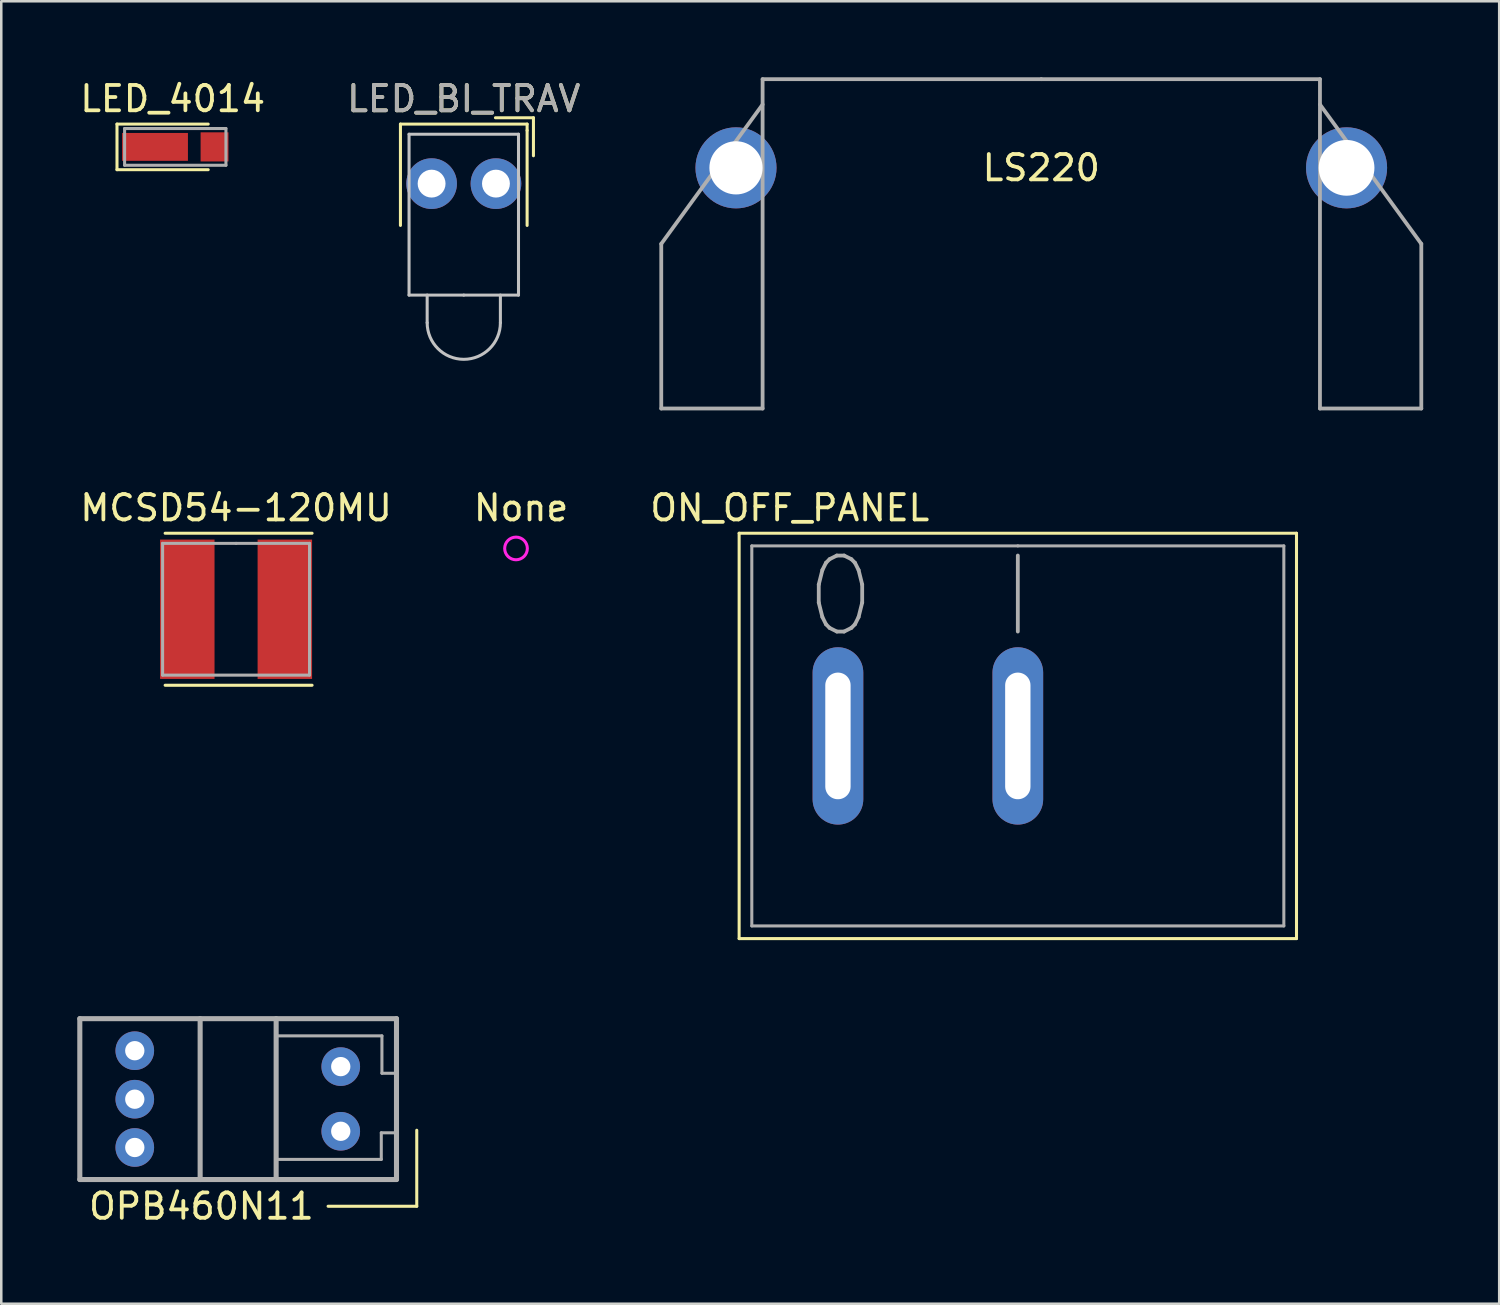
<source format=kicad_pcb>
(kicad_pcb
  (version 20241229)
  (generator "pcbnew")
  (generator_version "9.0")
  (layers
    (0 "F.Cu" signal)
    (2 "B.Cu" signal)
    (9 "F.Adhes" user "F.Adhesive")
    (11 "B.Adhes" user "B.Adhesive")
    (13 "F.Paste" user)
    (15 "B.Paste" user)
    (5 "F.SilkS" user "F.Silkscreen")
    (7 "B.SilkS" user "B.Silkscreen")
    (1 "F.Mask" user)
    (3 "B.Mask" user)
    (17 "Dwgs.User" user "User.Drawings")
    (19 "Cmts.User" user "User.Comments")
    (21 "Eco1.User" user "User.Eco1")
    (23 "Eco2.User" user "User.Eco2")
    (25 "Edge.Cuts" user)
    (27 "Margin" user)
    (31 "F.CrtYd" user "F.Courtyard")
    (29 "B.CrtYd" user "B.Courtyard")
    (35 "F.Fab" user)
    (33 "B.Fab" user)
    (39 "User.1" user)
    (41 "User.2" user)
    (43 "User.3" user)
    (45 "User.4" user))
  (footprint "LED_4014"
    (layer "F.Cu")
    (at 3.868 2.748)
    (property "Reference" "LED_4014" (at -0.1 -1.9 0) (layer "F.SilkS") (effects (font (size 1 1) (thickness 0.15))))
    (attr through_hole)
    (fp_line (start -2.3 -0.9) (end -2.3 0.9) (stroke (width 0.12) (type solid)) (layer "F.SilkS"))
    (fp_line (start -2.3 -0.9) (end 1.3 -0.9) (stroke (width 0.12) (type solid)) (layer "F.SilkS"))
    (fp_line (start -2.3 0.9) (end 1.3 0.9) (stroke (width 0.12) (type solid)) (layer "F.SilkS"))
    (fp_line (start -2 -0.725) (end -2 0.725) (stroke (width 0.12) (type solid)) (layer "F.Fab"))
    (fp_line (start -2 0.725) (end 2 0.725) (stroke (width 0.12) (type solid)) (layer "F.Fab"))
    (fp_line (start 2 -0.725) (end -2 -0.725) (stroke (width 0.12) (type solid)) (layer "F.Fab"))
    (fp_line (start 2 0.725) (end 2 -0.725) (stroke (width 0.12) (type solid)) (layer "F.Fab"))
    (pad "1" smd rect (at -0.8 0) (size 2.6 1.1) (layers "F.Cu" "F.Mask" "F.Paste"))
    (pad "2" smd rect (at 1.55 0) (size 1.1 1.15) (layers "F.Cu" "F.Mask" "F.Paste")))
  (footprint "ON_OFF_PANEL"
    (layer "F.Cu")
    (at 37.125 25.998)
    (property "Reference" "ON_OFF_PANEL" (at -9 -9 0) (layer "F.SilkS") (effects (font (size 1 1) (thickness 0.15))))
    (attr through_hole)
    (fp_line (start -11 -8) (end -11 8) (stroke (width 0.12) (type solid)) (layer "F.SilkS"))
    (fp_line (start -11 8) (end 11 8) (stroke (width 0.12) (type solid)) (layer "F.SilkS"))
    (fp_line (start 11 -8) (end -11 -8) (stroke (width 0.12) (type solid)) (layer "F.SilkS"))
    (fp_line (start 11 8) (end 11 -8) (stroke (width 0.12) (type solid)) (layer "F.SilkS"))
    (fp_line (start -10.5 -7.5) (end -10.5 7.5) (stroke (width 0.12) (type solid)) (layer "F.Fab"))
    (fp_line (start -10.5 7.5) (end 10.5 7.5) (stroke (width 0.12) (type solid)) (layer "F.Fab"))
    (fp_line (start 0 -7.5) (end -10.5 -7.5) (stroke (width 0.12) (type solid)) (layer "F.Fab"))
    (fp_line (start 10.5 -7.5) (end 0 -7.5) (stroke (width 0.12) (type solid)) (layer "F.Fab"))
    (fp_line (start 10.5 7.5) (end 10.5 -7.5) (stroke (width 0.12) (type solid)) (layer "F.Fab"))
    (fp_text user "I" (at 0 -5.5 0) (layer "F.Fab") (effects (font (size 3 3) (thickness 0.15))))
    (fp_text user "0" (at -7 -5.5 0) (layer "F.Fab") (effects (font (size 3 3) (thickness 0.15))))
    (pad "1" thru_hole oval (at 0 0) (size 2 7) (drill oval 1 5) (layers "*.Cu" "*.Mask"))
    (pad "2" thru_hole oval (at -7.1 0) (size 2 7) (drill oval 1 5) (layers "*.Cu" "*.Mask")))
  (footprint "LED_BI_TRAV"
    (layer "F.Cu")
    (at 15.256 8.598)
    (property "Reference" "LED_BI_TRAV" (at 0 -7.75 0) (layer "F.SilkS") (effects (font (size 1 1) (thickness 0.15))))
    (attr through_hole)
    (fp_line (start -2.5 -6.75) (end -2.5 -2.75) (stroke (width 0.12) (type solid)) (layer "F.SilkS"))
    (fp_line (start -2.5 -6.75) (end 2.5 -6.75) (stroke (width 0.12) (type solid)) (layer "F.SilkS"))
    (fp_line (start 1.25 -7) (end 2.75 -7) (stroke (width 0.12) (type solid)) (layer "F.SilkS"))
    (fp_line (start 2.5 -6.5) (end 2.5 -6.75) (stroke (width 0.12) (type solid)) (layer "F.SilkS"))
    (fp_line (start 2.5 -6.5) (end 2.5 -2.75) (stroke (width 0.12) (type solid)) (layer "F.SilkS"))
    (fp_line (start 2.75 -7) (end 2.75 -5.5) (stroke (width 0.12) (type solid)) (layer "F.SilkS"))
    (fp_line (start -2.16 -6.35) (end 2.16 -6.35) (stroke (width 0.12) (type solid)) (layer "Dwgs.User"))
    (fp_line (start -2.16 0) (end -2.16 -6.35) (stroke (width 0.12) (type solid)) (layer "Dwgs.User"))
    (fp_line (start -1.445 0) (end -1.445 1.09) (stroke (width 0.12) (type solid)) (layer "Dwgs.User"))
    (fp_line (start 0 0) (end -2.16 0) (stroke (width 0.12) (type solid)) (layer "Dwgs.User"))
    (fp_line (start 1.445 0) (end 1.445 1.09) (stroke (width 0.12) (type solid)) (layer "Dwgs.User"))
    (fp_line (start 2.16 -6.35) (end 2.16 0) (stroke (width 0.12) (type solid)) (layer "Dwgs.User"))
    (fp_line (start 2.16 0) (end 0 0) (stroke (width 0.12) (type solid)) (layer "Dwgs.User"))
    (fp_arc (start 1.445 1.09) (mid 0 2.535) (end -1.445 1.09) (stroke (width 0.12) (type solid)) (layer "Dwgs.User"))
    (fp_text user "${REFERENCE}" (at 0 -7.75 0) (layer "F.Fab") (effects (font (size 1 1) (thickness 0.15))))
    (pad "1" thru_hole circle (at 1.27 -4.4) (size 2 2) (drill 1.1) (layers "*.Cu" "*.Mask"))
    (pad "2" thru_hole circle (at -1.27 -4.4) (size 2 2) (drill 1.1) (layers "*.Cu" "*.Mask")))
  (footprint "None"
    (layer "F.Cu")
    (at 17.318 18.598)
    (property "Reference" "None" (at 0.2 -1.6 0) (layer "F.SilkS") (effects (font (size 1 1) (thickness 0.15))))
    (attr through_hole)
    (fp_circle (center 0 0) (end 0.4 -0.2) (stroke (width 0.12) (type solid)) (fill no) (layer "F.CrtYd")))
  (footprint "MCSD54-120MU"
    (layer "F.Cu")
    (at 6.268 20.998)
    (property "Reference" "MCSD54-120MU" (at 0 -4 0) (layer "F.SilkS") (effects (font (size 1 1) (thickness 0.15))))
    (attr through_hole)
    (fp_line (start -2.8 -3) (end 3 -3) (stroke (width 0.12) (type solid)) (layer "F.SilkS"))
    (fp_line (start -2.8 3) (end 3 3) (stroke (width 0.12) (type solid)) (layer "F.SilkS"))
    (fp_line (start -2.9 -2.6) (end -2.9 2.6) (stroke (width 0.12) (type solid)) (layer "F.Fab"))
    (fp_line (start -2.9 2.6) (end 2.9 2.6) (stroke (width 0.12) (type solid)) (layer "F.Fab"))
    (fp_line (start 0 -2.6) (end -2.9 -2.6) (stroke (width 0.12) (type solid)) (layer "F.Fab"))
    (fp_line (start 2.9 -2.6) (end 0 -2.6) (stroke (width 0.12) (type solid)) (layer "F.Fab"))
    (fp_line (start 2.9 2.6) (end 2.9 -2.6) (stroke (width 0.12) (type solid)) (layer "F.Fab"))
    (pad "1" smd rect (at 1.925 0) (size 2.15 5.5) (layers "F.Cu" "F.Mask" "F.Paste"))
    (pad "2" smd rect (at -1.925 0) (size 2.15 5.5) (layers "F.Cu" "F.Mask" "F.Paste" "Eco1.User" "Eco2.User")))
  (footprint "LS220"
    (layer "F.Cu")
    (at 38.051 3.075)
    (property "Reference" "LS220" (at 0 0.5 0) (layer "F.SilkS") (effects (font (size 1 1) (thickness 0.15))))
    (attr through_hole)
    (fp_line (start -15 3.5) (end -11 -2) (stroke (width 0.15) (type solid)) (layer "F.Fab"))
    (fp_line (start -15 10) (end -15 3.5) (stroke (width 0.15) (type solid)) (layer "F.Fab"))
    (fp_line (start -11 -3) (end -11 10) (stroke (width 0.15) (type solid)) (layer "F.Fab"))
    (fp_line (start -11 10) (end -15 10) (stroke (width 0.15) (type solid)) (layer "F.Fab"))
    (fp_line (start 0 -3) (end -11 -3) (stroke (width 0.15) (type solid)) (layer "F.Fab"))
    (fp_line (start 0 -3) (end 11 -3) (stroke (width 0.15) (type solid)) (layer "F.Fab"))
    (fp_line (start 11 -3) (end 11 10) (stroke (width 0.15) (type solid)) (layer "F.Fab"))
    (fp_line (start 11 10) (end 15 10) (stroke (width 0.15) (type solid)) (layer "F.Fab"))
    (fp_line (start 15 3.5) (end 11 -2) (stroke (width 0.15) (type solid)) (layer "F.Fab"))
    (fp_line (start 15 10) (end 15 3.5) (stroke (width 0.15) (type solid)) (layer "F.Fab"))
    (pad "1" thru_hole circle (at -12.05 0.5) (size 3.2 3.2) (drill 2.1) (layers "*.Cu" "*.Mask"))
    (pad "2" thru_hole circle (at 12.05 0.5) (size 3.2 3.2) (drill 2.2) (layers "*.Cu" "*.Mask")))
  (footprint "OPB460N11"
    (layer "F.Cu")
    (at 6.241 40.254)
    (property "Reference" "OPB460N11" (at -1.341 4.309 0) (layer "F.SilkS") (effects (font (size 1 1) (thickness 0.15))))
    (attr through_hole)
    (fp_line (start 7.159 1.309) (end 7.159 4.309) (stroke (width 0.12) (type solid)) (layer "F.SilkS"))
    (fp_line (start 7.159 4.309) (end 3.659 4.309) (stroke (width 0.12) (type solid)) (layer "F.SilkS"))
    (fp_line (start -6.141 -3.096) (end -6.141 3.254) (stroke (width 0.2) (type solid)) (layer "F.Fab"))
    (fp_line (start -6.141 3.254) (end 6.359 3.254) (stroke (width 0.2) (type solid)) (layer "F.Fab"))
    (fp_line (start -1.391 -3.096) (end -1.391 3.254) (stroke (width 0.2) (type solid)) (layer "F.Fab"))
    (fp_line (start 1.609 -3.096) (end 1.609 3.254) (stroke (width 0.2) (type solid)) (layer "F.Fab"))
    (fp_line (start 5.759 1.409) (end 5.759 2.459) (stroke (width 0.12) (type solid)) (layer "F.Fab"))
    (fp_line (start 5.759 2.459) (end 1.609 2.459) (stroke (width 0.12) (type solid)) (layer "F.Fab"))
    (fp_line (start 5.784 -2.416) (end 1.634 -2.416) (stroke (width 0.12) (type solid)) (layer "F.Fab"))
    (fp_line (start 5.784 -0.941) (end 5.784 -2.416) (stroke (width 0.12) (type solid)) (layer "F.Fab"))
    (fp_line (start 6.359 -3.096) (end -6.141 -3.096) (stroke (width 0.2) (type solid)) (layer "F.Fab"))
    (fp_line (start 6.359 -0.941) (end 5.784 -0.941) (stroke (width 0.12) (type solid)) (layer "F.Fab"))
    (fp_line (start 6.359 1.409) (end 5.759 1.409) (stroke (width 0.12) (type solid)) (layer "F.Fab"))
    (fp_line (start 6.359 3.254) (end 6.359 -3.096) (stroke (width 0.2) (type solid)) (layer "F.Fab"))
    (pad "1" thru_hole circle (at 4.159 1.349) (size 1.524 1.524) (drill 0.762) (layers "*.Cu" "*.Mask"))
    (pad "2" thru_hole circle (at 4.159 -1.203) (size 1.524 1.524) (drill 0.762) (layers "*.Cu" "*.Mask"))
    (pad "3" thru_hole circle (at -3.971 -1.831) (size 1.524 1.524) (drill 0.762) (layers "*.Cu" "*.Mask"))
    (pad "4" thru_hole circle (at -3.971 0.083) (size 1.524 1.524) (drill 0.762) (layers "*.Cu" "*.Mask"))
    (pad "5" thru_hole circle (at -3.971 1.989) (size 1.524 1.524) (drill 0.762) (layers "*.Cu" "*.Mask")))
  (gr_rect
    (start -3 -3)
    (end 56.126 48.411)
    (stroke (width 0.1) (type default))
    (fill no)
    (layer "Edge.Cuts")))
</source>
